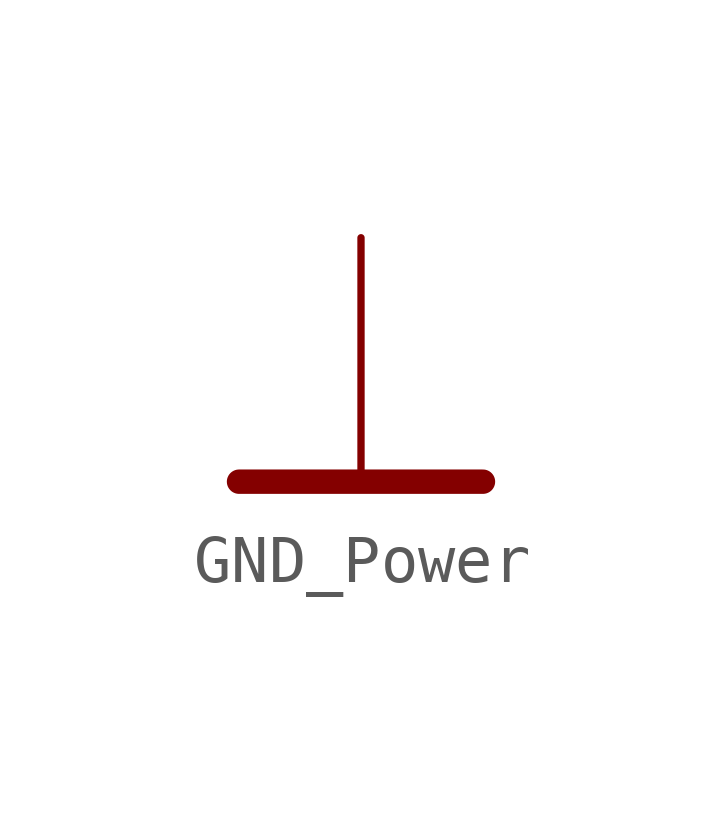
<source format=kicad_sym>
(kicad_symbol_lib
  (version 20220914)
  (generator kicad_symbol_editor)
  (symbol "GND_Power"
    (power)
    (pin_numbers hide)
    (pin_names
      (offset 0) hide)
    (property "Reference" ""
      (at -1.27 -1.27 90)
      (effects (font (size 1.524 1.524)) hide))
    (property "Footprint" ""
      (at 0 0 0)
      (effects (font (size 1.524 1.524))))
    (property "Datasheet" ""
      (at 0 0 0)
      (effects (font (size 1.524 1.524))))
    (symbol "GND_Power_0_1"
      (polyline (pts (xy -2.54 -5.08) (xy 2.54 -5.08)) (stroke (width 0.508) (type solid)) (fill (type none)))
      (polyline (pts (xy 0 -5.08) (xy 0 0)) (stroke (width 0) (type solid)) (fill (type none))))
    (symbol "GND_Power_1_1"
      (pin power_in line (at 0 0 270) (length 5.08) hide (name "GNDP" (effects (font (size 1.27 1.27)))) (number "~" (effects (font (size 1.27 1.27))))))))
</source>
